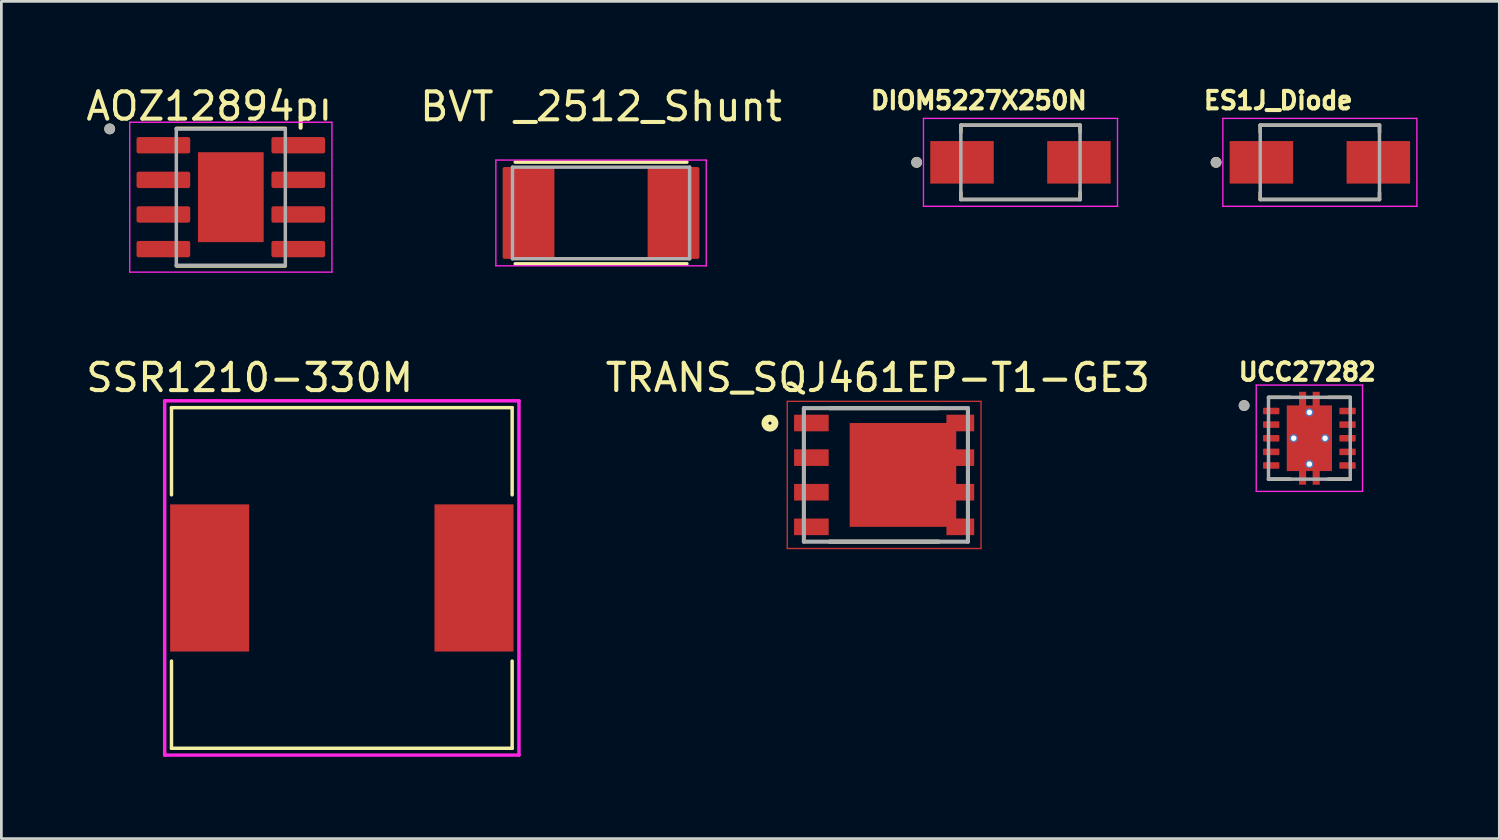
<source format=kicad_pcb>
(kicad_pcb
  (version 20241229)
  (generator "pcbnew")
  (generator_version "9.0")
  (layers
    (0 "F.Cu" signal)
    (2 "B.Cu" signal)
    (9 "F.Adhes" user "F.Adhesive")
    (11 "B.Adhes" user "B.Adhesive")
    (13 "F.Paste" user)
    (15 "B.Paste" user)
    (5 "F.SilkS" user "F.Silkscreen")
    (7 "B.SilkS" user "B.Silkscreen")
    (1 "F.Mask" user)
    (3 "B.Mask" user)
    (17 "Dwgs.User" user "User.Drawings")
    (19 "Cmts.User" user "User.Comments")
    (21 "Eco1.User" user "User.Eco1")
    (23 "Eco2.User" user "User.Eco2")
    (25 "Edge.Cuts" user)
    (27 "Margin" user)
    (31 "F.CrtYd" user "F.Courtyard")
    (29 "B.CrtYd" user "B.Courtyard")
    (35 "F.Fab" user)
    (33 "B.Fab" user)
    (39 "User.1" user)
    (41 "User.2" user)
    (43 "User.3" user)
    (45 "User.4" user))
  (footprint "ES1J_Diode"
    (layer "F.Cu")
    (at 45.382 2.907)
    (property "Reference" "ES1J_Diode" (at -1.528 -2.269 0) (layer "F.SilkS") (effects (font (size 0.64 0.64) (thickness 0.15))))
    (attr smd)
    (fp_line (start -2.188 -1.363) (end -2.188 -1.1) (stroke (width 0.127) (type solid)) (layer "F.SilkS"))
    (fp_line (start -2.188 -1.363) (end 2.188 -1.363) (stroke (width 0.127) (type solid)) (layer "F.SilkS"))
    (fp_line (start -2.188 1.363) (end -2.188 1.1) (stroke (width 0.127) (type solid)) (layer "F.SilkS"))
    (fp_line (start -2.188 1.363) (end 2.188 1.363) (stroke (width 0.127) (type solid)) (layer "F.SilkS"))
    (fp_line (start 2.188 -1.363) (end 2.188 -1.1) (stroke (width 0.127) (type solid)) (layer "F.SilkS"))
    (fp_line (start 2.188 1.363) (end 2.188 1.1) (stroke (width 0.127) (type solid)) (layer "F.SilkS"))
    (fp_circle (center -3.81 0) (end -3.71 0) (stroke (width 0.2) (type solid)) (fill no) (layer "F.SilkS"))
    (fp_line (start -3.56 -1.613) (end -3.56 1.613) (stroke (width 0.05) (type solid)) (layer "F.CrtYd"))
    (fp_line (start -3.56 1.613) (end 3.56 1.613) (stroke (width 0.05) (type solid)) (layer "F.CrtYd"))
    (fp_line (start 3.56 -1.613) (end -3.56 -1.613) (stroke (width 0.05) (type solid)) (layer "F.CrtYd"))
    (fp_line (start 3.56 1.613) (end 3.56 -1.613) (stroke (width 0.05) (type solid)) (layer "F.CrtYd"))
    (fp_line (start -2.188 -1.363) (end -2.188 1.363) (stroke (width 0.127) (type solid)) (layer "F.Fab"))
    (fp_line (start -2.188 -1.363) (end 2.188 -1.363) (stroke (width 0.127) (type solid)) (layer "F.Fab"))
    (fp_line (start -2.188 1.363) (end 2.188 1.363) (stroke (width 0.127) (type solid)) (layer "F.Fab"))
    (fp_line (start 2.188 -1.363) (end 2.188 1.363) (stroke (width 0.127) (type solid)) (layer "F.Fab"))
    (fp_circle (center -3.81 0) (end -3.71 0) (stroke (width 0.2) (type solid)) (fill no) (layer "F.Fab"))
    (pad "1" smd rect (at -2.145 0) (size 2.33 1.56) (layers "F.Cu" "F.Mask" "F.Paste"))
    (pad "2" smd rect (at 2.145 0) (size 2.33 1.56) (layers "F.Cu" "F.Mask" "F.Paste")))
  (footprint "TRANS_SQJ461EP-T1-GE3"
    (layer "F.Cu")
    (at 29.393 14.377)
    (property "Reference" "TRANS_SQJ461EP-T1-GE3" (at -0.235 -3.569 0) (layer "F.SilkS") (effects (font (size 1 1) (thickness 0.15))))
    (attr smd)
    (fp_line (start -3.555 -2.7) (end 3.555 -2.7) (stroke (width 0.05) (type solid)) (layer "F.Cu"))
    (fp_line (start -3.555 2.7) (end -3.555 -2.7) (stroke (width 0.05) (type solid)) (layer "F.Cu"))
    (fp_line (start 3.555 -2.7) (end 3.555 2.7) (stroke (width 0.05) (type solid)) (layer "F.Cu"))
    (fp_line (start 3.555 2.7) (end -3.555 2.7) (stroke (width 0.05) (type solid)) (layer "F.Cu"))
    (fp_line (start -2.005 -2.45) (end 2 -2.45) (stroke (width 0.152) (type solid)) (layer "F.SilkS"))
    (fp_line (start -2 2.45) (end 2 2.45) (stroke (width 0.152) (type solid)) (layer "F.SilkS"))
    (fp_circle (center -4.19 -1.9) (end -4.134 -1.9) (stroke (width 0.254) (type solid)) (fill no) (layer "F.SilkS"))
    (fp_poly (pts (xy -0.65 -1.38) (xy 2.03 -1.38) (xy 2.03 1.38) (xy -0.65 1.38)) (stroke (width 0.01) (type solid)) (fill yes) (layer "F.Paste"))
    (fp_line (start -2.945 -2.45) (end 3.075 -2.45) (stroke (width 0.152) (type solid)) (layer "F.Fab"))
    (fp_line (start -2.945 2.45) (end -2.945 -2.45) (stroke (width 0.152) (type solid)) (layer "F.Fab"))
    (fp_line (start 3.075 -2.45) (end 3.075 2.45) (stroke (width 0.152) (type solid)) (layer "F.Fab"))
    (fp_line (start 3.075 2.45) (end -2.945 2.45) (stroke (width 0.152) (type solid)) (layer "F.Fab"))
    (pad "1" smd rect (at -2.67 -1.905) (size 1.27 0.61) (layers "F.Cu" "F.Mask" "F.Paste"))
    (pad "2" smd rect (at -2.67 -0.635) (size 1.27 0.61) (layers "F.Cu" "F.Mask" "F.Paste"))
    (pad "3" smd rect (at -2.67 0.635) (size 1.27 0.61) (layers "F.Cu" "F.Mask" "F.Paste"))
    (pad "4" smd rect (at -2.67 1.905) (size 1.27 0.61) (layers "F.Cu" "F.Mask" "F.Paste"))
    (pad "5" smd rect (at 2.795 1.905) (size 1.02 0.61) (layers "F.Cu" "F.Mask" "F.Paste"))
    (pad "6" smd rect (at 2.795 0.635) (size 1.02 0.61) (layers "F.Cu" "F.Mask" "F.Paste"))
    (pad "7" smd rect (at 2.795 -0.635) (size 1.02 0.61) (layers "F.Cu" "F.Mask" "F.Paste"))
    (pad "8" smd rect (at 2.795 -1.905) (size 1.02 0.61) (layers "F.Cu" "F.Mask" "F.Paste"))
    (pad "9" smd rect (at 0.69 0) (size 3.91 3.81) (layers "F.Cu" "F.Mask")))
  (footprint "BVT _2512_Shunt"
    (layer "F.Cu")
    (at 19.005 4.764)
    (property "Reference" "BVT _2512_Shunt" (at -0.00037 -3.902 0) (layer "F.SilkS") (effects (font (size 1.024 1.024) (thickness 0.15))))
    (attr smd)
    (fp_line (start -3.15 -1.865) (end 3.15 -1.865) (stroke (width 0.127) (type solid)) (layer "F.SilkS"))
    (fp_line (start -3.15 1.865) (end 3.15 1.865) (stroke (width 0.127) (type solid)) (layer "F.SilkS"))
    (fp_line (start -3.86 -1.94) (end 3.86 -1.94) (stroke (width 0.05) (type solid)) (layer "F.CrtYd"))
    (fp_line (start -3.86 1.94) (end -3.86 -1.94) (stroke (width 0.05) (type solid)) (layer "F.CrtYd"))
    (fp_line (start 3.86 -1.94) (end 3.86 1.94) (stroke (width 0.05) (type solid)) (layer "F.CrtYd"))
    (fp_line (start 3.86 1.94) (end -3.86 1.94) (stroke (width 0.05) (type solid)) (layer "F.CrtYd"))
    (fp_line (start -3.25 -1.68) (end -3.25 1.68) (stroke (width 0.127) (type solid)) (layer "F.Fab"))
    (fp_line (start -3.25 -1.68) (end 3.25 -1.68) (stroke (width 0.127) (type solid)) (layer "F.Fab"))
    (fp_line (start -3.25 1.68) (end 3.25 1.68) (stroke (width 0.127) (type solid)) (layer "F.Fab"))
    (fp_line (start 3.25 -1.68) (end 3.25 1.68) (stroke (width 0.127) (type solid)) (layer "F.Fab"))
    (pad "1" smd roundrect (at -2.66 0) (size 1.9 3.37) (layers "F.Cu" "F.Mask" "F.Paste") (roundrect_rratio 0.035))
    (pad "2" smd roundrect (at 2.66 0) (size 1.9 3.37) (layers "F.Cu" "F.Mask" "F.Paste") (roundrect_rratio 0.035)))
  (footprint "SSR1210-330M"
    (layer "F.Cu")
    (at 9.493 18.158)
    (property "Reference" "SSR1210-330M" (at -3.381 -7.349 0) (layer "F.SilkS") (effects (font (size 1.002 1.002) (thickness 0.15))))
    (attr smd)
    (fp_line (start -6.25 -6.25) (end -6.25 -3.05) (stroke (width 0.127) (type solid)) (layer "F.SilkS"))
    (fp_line (start -6.25 -6.25) (end 6.25 -6.25) (stroke (width 0.127) (type solid)) (layer "F.SilkS"))
    (fp_line (start -6.25 3.05) (end -6.25 6.25) (stroke (width 0.127) (type solid)) (layer "F.SilkS"))
    (fp_line (start -6.25 6.25) (end 6.25 6.25) (stroke (width 0.127) (type solid)) (layer "F.SilkS"))
    (fp_line (start 6.25 -6.25) (end 6.25 -3.05) (stroke (width 0.127) (type solid)) (layer "F.SilkS"))
    (fp_line (start 6.25 3.05) (end 6.25 6.25) (stroke (width 0.127) (type solid)) (layer "F.SilkS"))
    (fp_line (start -6.5 -6.5) (end 6.5 -6.5) (stroke (width 0.127) (type solid)) (layer "F.CrtYd"))
    (fp_line (start -6.5 6.5) (end -6.5 -6.5) (stroke (width 0.127) (type solid)) (layer "F.CrtYd"))
    (fp_line (start 6.5 -6.5) (end 6.5 6.5) (stroke (width 0.127) (type solid)) (layer "F.CrtYd"))
    (fp_line (start 6.5 6.5) (end -6.5 6.5) (stroke (width 0.127) (type solid)) (layer "F.CrtYd"))
    (pad "1" smd rect (at -4.85 0) (size 2.9 5.4) (layers "F.Cu" "F.Mask" "F.Paste"))
    (pad "2" smd rect (at 4.85 0) (size 2.9 5.4) (layers "F.Cu" "F.Mask" "F.Paste")))
  (footprint "UCC27282"
    (layer "F.Cu")
    (at 44.997 13.031)
    (property "Reference" "UCC27282" (at -0.078 -2.433 0) (layer "F.SilkS") (effects (font (size 0.64 0.64) (thickness 0.15))))
    (attr smd)
    (fp_poly (pts (xy -1.77 -1.19) (xy -1.03 -1.19) (xy -1.03 -0.81) (xy -1.77 -0.81)) (stroke (width 0.01) (type solid)) (fill yes) (layer "F.Mask"))
    (fp_poly (pts (xy -1.77 -0.69) (xy -1.03 -0.69) (xy -1.03 -0.31) (xy -1.77 -0.31)) (stroke (width 0.01) (type solid)) (fill yes) (layer "F.Mask"))
    (fp_poly (pts (xy -1.77 -0.19) (xy -1.03 -0.19) (xy -1.03 0.19) (xy -1.77 0.19)) (stroke (width 0.01) (type solid)) (fill yes) (layer "F.Mask"))
    (fp_poly (pts (xy -1.77 0.31) (xy -1.03 0.31) (xy -1.03 0.69) (xy -1.77 0.69)) (stroke (width 0.01) (type solid)) (fill yes) (layer "F.Mask"))
    (fp_poly (pts (xy -1.77 0.81) (xy -1.03 0.81) (xy -1.03 1.19) (xy -1.77 1.19)) (stroke (width 0.01) (type solid)) (fill yes) (layer "F.Mask"))
    (fp_poly (pts (xy 1.03 -1.19) (xy 1.77 -1.19) (xy 1.77 -0.81) (xy 1.03 -0.81)) (stroke (width 0.01) (type solid)) (fill yes) (layer "F.Mask"))
    (fp_poly (pts (xy 1.03 -0.69) (xy 1.77 -0.69) (xy 1.77 -0.31) (xy 1.03 -0.31)) (stroke (width 0.01) (type solid)) (fill yes) (layer "F.Mask"))
    (fp_poly (pts (xy 1.03 -0.19) (xy 1.77 -0.19) (xy 1.77 0.19) (xy 1.03 0.19)) (stroke (width 0.01) (type solid)) (fill yes) (layer "F.Mask"))
    (fp_poly (pts (xy 1.03 0.31) (xy 1.77 0.31) (xy 1.77 0.69) (xy 1.03 0.69)) (stroke (width 0.01) (type solid)) (fill yes) (layer "F.Mask"))
    (fp_poly (pts (xy 1.03 0.81) (xy 1.77 0.81) (xy 1.77 1.19) (xy 1.03 1.19)) (stroke (width 0.01) (type solid)) (fill yes) (layer "F.Mask"))
    (fp_poly (pts (xy -0.895 -1.27) (xy -0.445 -1.27) (xy -0.445 -1.77) (xy -0.055 -1.77) (xy -0.055 -1.27) (xy 0.055 -1.27) (xy 0.055 -1.77) (xy 0.445 -1.77) (xy 0.445 -1.27) (xy 0.895 -1.27) (xy 0.895 1.27) (xy 0.445 1.27) (xy 0.445 1.77) (xy 0.055 1.77) (xy 0.055 1.27) (xy -0.055 1.27) (xy -0.055 1.77) (xy -0.445 1.77) (xy -0.445 1.27) (xy -0.895 1.27)) (stroke (width 0.01) (type solid)) (fill yes) (layer "F.Mask"))
    (fp_line (start -1.5 -1.5) (end -0.695 -1.5) (stroke (width 0.127) (type solid)) (layer "F.SilkS"))
    (fp_line (start -1.5 1.5) (end -0.695 1.5) (stroke (width 0.127) (type solid)) (layer "F.SilkS"))
    (fp_line (start 0.695 -1.5) (end 1.5 -1.5) (stroke (width 0.127) (type solid)) (layer "F.SilkS"))
    (fp_line (start 0.695 1.5) (end 1.5 1.5) (stroke (width 0.127) (type solid)) (layer "F.SilkS"))
    (fp_circle (center -2.395 -1.2) (end -2.295 -1.2) (stroke (width 0.2) (type solid)) (fill no) (layer "F.SilkS"))
    (fp_poly (pts (xy -0.75 -1.16) (xy 0.75 -1.16) (xy 0.75 -0.1) (xy -0.75 -0.1)) (stroke (width 0.01) (type solid)) (fill yes) (layer "F.Paste"))
    (fp_poly (pts (xy -0.75 0.1) (xy 0.75 0.1) (xy 0.75 1.16) (xy -0.75 1.16)) (stroke (width 0.01) (type solid)) (fill yes) (layer "F.Paste"))
    (fp_poly (pts (xy -0.375 -1.7) (xy -0.125 -1.7) (xy -0.125 -1.36) (xy -0.375 -1.36)) (stroke (width 0.01) (type solid)) (fill yes) (layer "F.Paste"))
    (fp_poly (pts (xy -0.375 1.36) (xy -0.125 1.36) (xy -0.125 1.7) (xy -0.375 1.7)) (stroke (width 0.01) (type solid)) (fill yes) (layer "F.Paste"))
    (fp_poly (pts (xy 0.125 -1.7) (xy 0.375 -1.7) (xy 0.375 -1.36) (xy 0.125 -1.36)) (stroke (width 0.01) (type solid)) (fill yes) (layer "F.Paste"))
    (fp_poly (pts (xy 0.125 1.36) (xy 0.375 1.36) (xy 0.375 1.7) (xy 0.125 1.7)) (stroke (width 0.01) (type solid)) (fill yes) (layer "F.Paste"))
    (fp_line (start -1.95 -1.95) (end -1.95 1.95) (stroke (width 0.05) (type solid)) (layer "F.CrtYd"))
    (fp_line (start -1.95 -1.95) (end 1.95 -1.95) (stroke (width 0.05) (type solid)) (layer "F.CrtYd"))
    (fp_line (start -1.95 1.95) (end 1.95 1.95) (stroke (width 0.05) (type solid)) (layer "F.CrtYd"))
    (fp_line (start 1.95 -1.95) (end 1.95 1.95) (stroke (width 0.05) (type solid)) (layer "F.CrtYd"))
    (fp_line (start -1.5 -1.5) (end -1.5 1.5) (stroke (width 0.127) (type solid)) (layer "F.Fab"))
    (fp_line (start -1.5 -1.5) (end 1.5 -1.5) (stroke (width 0.127) (type solid)) (layer "F.Fab"))
    (fp_line (start -1.5 1.5) (end 1.5 1.5) (stroke (width 0.127) (type solid)) (layer "F.Fab"))
    (fp_line (start 1.5 -1.5) (end 1.5 1.5) (stroke (width 0.127) (type solid)) (layer "F.Fab"))
    (fp_circle (center -2.395 -1.2) (end -2.295 -1.2) (stroke (width 0.2) (type solid)) (fill no) (layer "F.Fab"))
    (pad "1" smd roundrect (at -1.4 -1) (size 0.6 0.24) (layers "F.Cu" "F.Paste") (roundrect_rratio 0.125))
    (pad "2" smd roundrect (at -1.4 -0.5) (size 0.6 0.24) (layers "F.Cu" "F.Paste") (roundrect_rratio 0.125))
    (pad "3" smd roundrect (at -1.4 0) (size 0.6 0.24) (layers "F.Cu" "F.Paste") (roundrect_rratio 0.125))
    (pad "4" smd roundrect (at -1.4 0.5) (size 0.6 0.24) (layers "F.Cu" "F.Paste") (roundrect_rratio 0.125))
    (pad "5" smd roundrect (at -1.4 1) (size 0.6 0.24) (layers "F.Cu" "F.Paste") (roundrect_rratio 0.125))
    (pad "6" smd roundrect (at 1.4 1) (size 0.6 0.24) (layers "F.Cu" "F.Paste") (roundrect_rratio 0.125))
    (pad "7" smd roundrect (at 1.4 0.5) (size 0.6 0.24) (layers "F.Cu" "F.Paste") (roundrect_rratio 0.125))
    (pad "8" smd roundrect (at 1.4 0) (size 0.6 0.24) (layers "F.Cu" "F.Paste") (roundrect_rratio 0.125))
    (pad "9" smd roundrect (at 1.4 -0.5) (size 0.6 0.24) (layers "F.Cu" "F.Paste") (roundrect_rratio 0.125))
    (pad "10" smd roundrect (at 1.4 -1) (size 0.6 0.24) (layers "F.Cu" "F.Paste") (roundrect_rratio 0.125))
    (pad "11" smd custom (at 0 0) (size 1.65 2.4) (layers "F.Cu") (options (anchor rect)) (primitives (gr_poly (pts (xy -0.825 -1.2) (xy -0.375 -1.2) (xy -0.375 -1.7) (xy -0.125 -1.7) (xy -0.125 -1.2) (xy 0.125 -1.2) (xy 0.125 -1.7) (xy 0.375 -1.7) (xy 0.375 -1.2) (xy 0.825 -1.2) (xy 0.825 1.2) (xy 0.375 1.2) (xy 0.375 1.7) (xy 0.125 1.7) (xy 0.125 1.2) (xy -0.125 1.2) (xy -0.125 1.7) (xy -0.375 1.7) (xy -0.375 1.2) (xy -0.825 1.2)) (width 0.01) (fill yes))))
    (pad "12" thru_hole circle (at 0 0.95) (size 0.3 0.3) (drill 0.2) (layers "*.Cu"))
    (pad "13" thru_hole circle (at -0.575 0) (size 0.3 0.3) (drill 0.2) (layers "*.Cu"))
    (pad "14" thru_hole circle (at 0.575 0) (size 0.3 0.3) (drill 0.2) (layers "*.Cu"))
    (pad "15" thru_hole circle (at 0 -0.95) (size 0.3 0.3) (drill 0.2) (layers "*.Cu")))
  (footprint "AOZ12894pı"
    (layer "F.Cu")
    (at 5.42 4.185)
    (property "Reference" "AOZ12894pı" (at -0.795 -3.337 0) (layer "F.SilkS") (effects (font (size 1 1) (thickness 0.15))))
    (attr smd)
    (fp_line (start -2 -2.525) (end 2 -2.525) (stroke (width 0.127) (type solid)) (layer "F.SilkS"))
    (fp_line (start -2 2.525) (end 2 2.525) (stroke (width 0.127) (type solid)) (layer "F.SilkS"))
    (fp_circle (center -4.445 -2.505) (end -4.345 -2.505) (stroke (width 0.2) (type solid)) (fill no) (layer "F.SilkS"))
    (fp_poly (pts (xy -0.76 -1.04) (xy 0.76 -1.04) (xy 0.76 1.04) (xy -0.76 1.04)) (stroke (width 0.01) (type solid)) (fill yes) (layer "F.Paste"))
    (fp_line (start -3.71 -2.75) (end -3.71 2.75) (stroke (width 0.05) (type solid)) (layer "F.CrtYd"))
    (fp_line (start -3.71 -2.75) (end 3.71 -2.75) (stroke (width 0.05) (type solid)) (layer "F.CrtYd"))
    (fp_line (start -3.71 2.75) (end 3.71 2.75) (stroke (width 0.05) (type solid)) (layer "F.CrtYd"))
    (fp_line (start 3.71 -2.75) (end 3.71 2.75) (stroke (width 0.05) (type solid)) (layer "F.CrtYd"))
    (fp_line (start -2 -2.5) (end -2 2.5) (stroke (width 0.127) (type solid)) (layer "F.Fab"))
    (fp_line (start -2 -2.5) (end 2 -2.5) (stroke (width 0.127) (type solid)) (layer "F.Fab"))
    (fp_line (start -2 2.5) (end 2 2.5) (stroke (width 0.127) (type solid)) (layer "F.Fab"))
    (fp_line (start 2 -2.5) (end 2 2.5) (stroke (width 0.127) (type solid)) (layer "F.Fab"))
    (fp_circle (center -4.445 -2.505) (end -4.345 -2.505) (stroke (width 0.2) (type solid)) (fill no) (layer "F.Fab"))
    (pad "1" smd roundrect (at -2.475 -1.905) (size 1.97 0.6) (layers "F.Cu" "F.Mask" "F.Paste") (roundrect_rratio 0.125))
    (pad "2" smd roundrect (at -2.475 -0.635) (size 1.97 0.6) (layers "F.Cu" "F.Mask" "F.Paste") (roundrect_rratio 0.125))
    (pad "3" smd roundrect (at -2.475 0.635) (size 1.97 0.6) (layers "F.Cu" "F.Mask" "F.Paste") (roundrect_rratio 0.125))
    (pad "4" smd roundrect (at -2.475 1.905) (size 1.97 0.6) (layers "F.Cu" "F.Mask" "F.Paste") (roundrect_rratio 0.125))
    (pad "5" smd roundrect (at 2.475 1.905) (size 1.97 0.6) (layers "F.Cu" "F.Mask" "F.Paste") (roundrect_rratio 0.125))
    (pad "6" smd roundrect (at 2.475 0.635) (size 1.97 0.6) (layers "F.Cu" "F.Mask" "F.Paste") (roundrect_rratio 0.125))
    (pad "7" smd roundrect (at 2.475 -0.635) (size 1.97 0.6) (layers "F.Cu" "F.Mask" "F.Paste") (roundrect_rratio 0.125))
    (pad "8" smd roundrect (at 2.475 -1.905) (size 1.97 0.6) (layers "F.Cu" "F.Mask" "F.Paste") (roundrect_rratio 0.125))
    (pad "9" smd rect (at 0 0) (size 2.41 3.3) (layers "F.Cu" "F.Mask")))
  (footprint "DIOM5227X250N"
    (layer "F.Cu")
    (at 34.396 2.907)
    (property "Reference" "DIOM5227X250N" (at -1.528 -2.269 0) (layer "F.SilkS") (effects (font (size 0.64 0.64) (thickness 0.15))))
    (attr smd)
    (fp_line (start -2.188 -1.363) (end -2.188 -1.1) (stroke (width 0.127) (type solid)) (layer "F.SilkS"))
    (fp_line (start -2.188 -1.363) (end 2.188 -1.363) (stroke (width 0.127) (type solid)) (layer "F.SilkS"))
    (fp_line (start -2.188 1.363) (end -2.188 1.1) (stroke (width 0.127) (type solid)) (layer "F.SilkS"))
    (fp_line (start -2.188 1.363) (end 2.188 1.363) (stroke (width 0.127) (type solid)) (layer "F.SilkS"))
    (fp_line (start 2.188 -1.363) (end 2.188 -1.1) (stroke (width 0.127) (type solid)) (layer "F.SilkS"))
    (fp_line (start 2.188 1.363) (end 2.188 1.1) (stroke (width 0.127) (type solid)) (layer "F.SilkS"))
    (fp_circle (center -3.81 0) (end -3.71 0) (stroke (width 0.2) (type solid)) (fill no) (layer "F.SilkS"))
    (fp_line (start -3.56 -1.613) (end -3.56 1.613) (stroke (width 0.05) (type solid)) (layer "F.CrtYd"))
    (fp_line (start -3.56 1.613) (end 3.56 1.613) (stroke (width 0.05) (type solid)) (layer "F.CrtYd"))
    (fp_line (start 3.56 -1.613) (end -3.56 -1.613) (stroke (width 0.05) (type solid)) (layer "F.CrtYd"))
    (fp_line (start 3.56 1.613) (end 3.56 -1.613) (stroke (width 0.05) (type solid)) (layer "F.CrtYd"))
    (fp_line (start -2.188 -1.363) (end -2.188 1.363) (stroke (width 0.127) (type solid)) (layer "F.Fab"))
    (fp_line (start -2.188 -1.363) (end 2.188 -1.363) (stroke (width 0.127) (type solid)) (layer "F.Fab"))
    (fp_line (start -2.188 1.363) (end 2.188 1.363) (stroke (width 0.127) (type solid)) (layer "F.Fab"))
    (fp_line (start 2.188 -1.363) (end 2.188 1.363) (stroke (width 0.127) (type solid)) (layer "F.Fab"))
    (fp_circle (center -3.81 0) (end -3.71 0) (stroke (width 0.2) (type solid)) (fill no) (layer "F.Fab"))
    (pad "1" smd rect (at -2.145 0) (size 2.33 1.56) (layers "F.Cu" "F.Mask" "F.Paste"))
    (pad "2" smd rect (at 2.145 0) (size 2.33 1.56) (layers "F.Cu" "F.Mask" "F.Paste")))
  (gr_rect
    (start -3 -3)
    (end 51.967 27.722)
    (stroke (width 0.1) (type default))
    (fill no)
    (layer "Edge.Cuts")))
</source>
